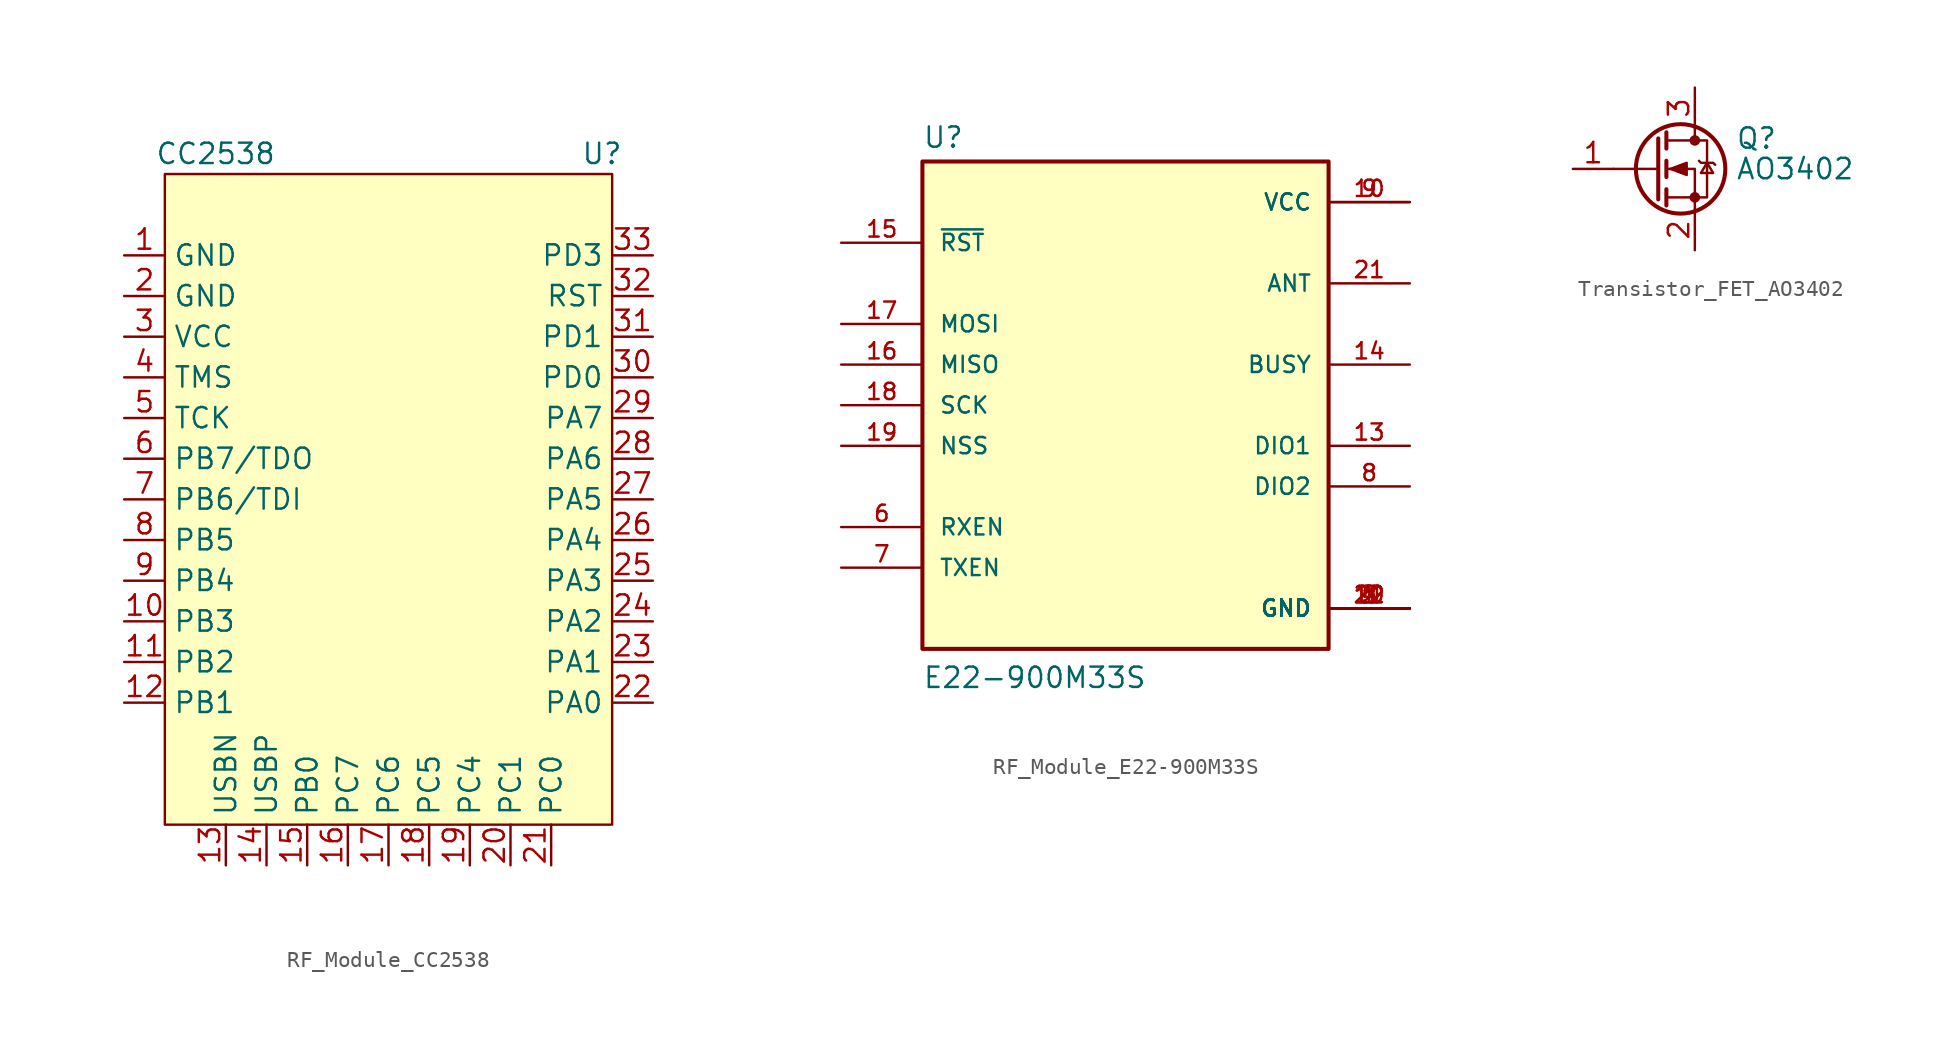
<source format=kicad_sym>
(kicad_symbol_lib
  (version 20241209)
  (generator "kicad_symbol_editor")
  (generator_version "9.0")
  (symbol "RF_Module_CC2538"
    (property "Reference" "U"
      (at 13.335 20.32 0)
      (effects (font (size 1.27 1.27))))
    (property "Value" "CC2538"
      (at -10.795 20.32 0)
      (effects (font (size 1.27 1.27))))
    (symbol "RF_Module_CC2538_0_0"
      (pin bidirectional line (at -16.51 6.35 0) (length 2.54) (name "TMS" (effects (font (size 1.27 1.27)))) (number "4" (effects (font (size 1.27 1.27)))))
      (pin bidirectional line (at -16.51 3.81 0) (length 2.54) (name "TCK" (effects (font (size 1.27 1.27)))) (number "5" (effects (font (size 1.27 1.27)))))
      (pin bidirectional line (at -16.51 1.27 0) (length 2.54) (name "PB7/TDO" (effects (font (size 1.27 1.27)))) (number "6" (effects (font (size 1.27 1.27)))))
      (pin bidirectional line (at -16.51 -1.27 0) (length 2.54) (name "PB6/TDI" (effects (font (size 1.27 1.27)))) (number "7" (effects (font (size 1.27 1.27)))))
      (pin bidirectional line (at -16.51 -3.81 0) (length 2.54) (name "PB5" (effects (font (size 1.27 1.27)))) (number "8" (effects (font (size 1.27 1.27)))))
      (pin bidirectional line (at -16.51 -6.35 0) (length 2.54) (name "PB4" (effects (font (size 1.27 1.27)))) (number "9" (effects (font (size 1.27 1.27)))))
      (pin bidirectional line (at -16.51 -8.89 0) (length 2.54) (name "PB3" (effects (font (size 1.27 1.27)))) (number "10" (effects (font (size 1.27 1.27)))))
      (pin bidirectional line (at -16.51 -11.43 0) (length 2.54) (name "PB2" (effects (font (size 1.27 1.27)))) (number "11" (effects (font (size 1.27 1.27)))))
      (pin bidirectional line (at -16.51 -13.97 0) (length 2.54) (name "PB1" (effects (font (size 1.27 1.27)))) (number "12" (effects (font (size 1.27 1.27)))))
      (pin bidirectional line (at -10.16 -24.13 90) (length 2.54) (name "USBN" (effects (font (size 1.27 1.27)))) (number "13" (effects (font (size 1.27 1.27)))))
      (pin bidirectional line (at -7.62 -24.13 90) (length 2.54) (name "USBP" (effects (font (size 1.27 1.27)))) (number "14" (effects (font (size 1.27 1.27)))))
      (pin bidirectional line (at -5.08 -24.13 90) (length 2.54) (name "PB0" (effects (font (size 1.27 1.27)))) (number "15" (effects (font (size 1.27 1.27)))))
      (pin bidirectional line (at -2.54 -24.13 90) (length 2.54) (name "PC7" (effects (font (size 1.27 1.27)))) (number "16" (effects (font (size 1.27 1.27)))))
      (pin bidirectional line (at 0 -24.13 90) (length 2.54) (name "PC6" (effects (font (size 1.27 1.27)))) (number "17" (effects (font (size 1.27 1.27)))))
      (pin bidirectional line (at 2.54 -24.13 90) (length 2.54) (name "PC5" (effects (font (size 1.27 1.27)))) (number "18" (effects (font (size 1.27 1.27)))))
      (pin bidirectional line (at 5.08 -24.13 90) (length 2.54) (name "PC4" (effects (font (size 1.27 1.27)))) (number "19" (effects (font (size 1.27 1.27)))))
      (pin bidirectional line (at 7.62 -24.13 90) (length 2.54) (name "PC1" (effects (font (size 1.27 1.27)))) (number "20" (effects (font (size 1.27 1.27)))))
      (pin bidirectional line (at 10.16 -24.13 90) (length 2.54) (name "PC0" (effects (font (size 1.27 1.27)))) (number "21" (effects (font (size 1.27 1.27)))))
      (pin bidirectional line (at 16.51 13.97 180) (length 2.54) (name "PD3" (effects (font (size 1.27 1.27)))) (number "33" (effects (font (size 1.27 1.27)))))
      (pin input line (at 16.51 11.43 180) (length 2.54) (name "RST" (effects (font (size 1.27 1.27)))) (number "32" (effects (font (size 1.27 1.27)))))
      (pin bidirectional line (at 16.51 8.89 180) (length 2.54) (name "PD1" (effects (font (size 1.27 1.27)))) (number "31" (effects (font (size 1.27 1.27)))))
      (pin bidirectional line (at 16.51 6.35 180) (length 2.54) (name "PD0" (effects (font (size 1.27 1.27)))) (number "30" (effects (font (size 1.27 1.27)))))
      (pin bidirectional line (at 16.51 3.81 180) (length 2.54) (name "PA7" (effects (font (size 1.27 1.27)))) (number "29" (effects (font (size 1.27 1.27)))))
      (pin bidirectional line (at 16.51 1.27 180) (length 2.54) (name "PA6" (effects (font (size 1.27 1.27)))) (number "28" (effects (font (size 1.27 1.27)))))
      (pin bidirectional line (at 16.51 -1.27 180) (length 2.54) (name "PA5" (effects (font (size 1.27 1.27)))) (number "27" (effects (font (size 1.27 1.27)))))
      (pin bidirectional line (at 16.51 -3.81 180) (length 2.54) (name "PA4" (effects (font (size 1.27 1.27)))) (number "26" (effects (font (size 1.27 1.27)))))
      (pin bidirectional line (at 16.51 -6.35 180) (length 2.54) (name "PA3" (effects (font (size 1.27 1.27)))) (number "25" (effects (font (size 1.27 1.27)))))
      (pin bidirectional line (at 16.51 -8.89 180) (length 2.54) (name "PA2" (effects (font (size 1.27 1.27)))) (number "24" (effects (font (size 1.27 1.27)))))
      (pin bidirectional line (at 16.51 -11.43 180) (length 2.54) (name "PA1" (effects (font (size 1.27 1.27)))) (number "23" (effects (font (size 1.27 1.27)))))
      (pin bidirectional line (at 16.51 -13.97 180) (length 2.54) (name "PA0" (effects (font (size 1.27 1.27)))) (number "22" (effects (font (size 1.27 1.27))))))
    (symbol "RF_Module_CC2538_1_0"
      (pin bidirectional line (at -16.51 13.97 0) (length 2.54) (name "GND" (effects (font (size 1.27 1.27)))) (number "1" (effects (font (size 1.27 1.27)))))
      (pin bidirectional line (at -16.51 11.43 0) (length 2.54) (name "GND" (effects (font (size 1.27 1.27)))) (number "2" (effects (font (size 1.27 1.27)))))
      (pin bidirectional line (at -16.51 8.89 0) (length 2.54) (name "VCC" (effects (font (size 1.27 1.27)))) (number "3" (effects (font (size 1.27 1.27))))))
    (symbol "RF_Module_CC2538_1_1"
      (rectangle (start -13.97 19.05) (end 13.97 -21.59) (stroke (width 0) (type default)) (fill (type background)))))
  (symbol "RF_Module_E22-900M33S"
    (pin_names
      (offset 1.016))
    (property "Reference" "U"
      (at -12.7 16.002 0)
      (effects (font (size 1.27 1.27)) (justify left bottom)))
    (property "Value" "E22-900M33S"
      (at -12.7 -17.78 0)
      (effects (font (size 1.27 1.27)) (justify left bottom)))
    (symbol "RF_Module_E22-900M33S_0_0"
      (rectangle (start -12.7 -15.24) (end 12.7 15.24) (stroke (width 0.254) (type default)) (fill (type background)))
      (pin input line (at -17.78 10.16 0) (length 5.08) (name "~{RST}" (effects (font (size 1.016 1.016)))) (number "15" (effects (font (size 1.016 1.016)))))
      (pin input line (at -17.78 5.08 0) (length 5.08) (name "MOSI" (effects (font (size 1.016 1.016)))) (number "17" (effects (font (size 1.016 1.016)))))
      (pin output line (at -17.78 2.54 0) (length 5.08) (name "MISO" (effects (font (size 1.016 1.016)))) (number "16" (effects (font (size 1.016 1.016)))))
      (pin input line (at -17.78 0 0) (length 5.08) (name "SCK" (effects (font (size 1.016 1.016)))) (number "18" (effects (font (size 1.016 1.016)))))
      (pin input line (at -17.78 -2.54 0) (length 5.08) (name "NSS" (effects (font (size 1.016 1.016)))) (number "19" (effects (font (size 1.016 1.016)))))
      (pin input line (at -17.78 -7.62 0) (length 5.08) (name "RXEN" (effects (font (size 1.016 1.016)))) (number "6" (effects (font (size 1.016 1.016)))))
      (pin input line (at -17.78 -10.16 0) (length 5.08) (name "TXEN" (effects (font (size 1.016 1.016)))) (number "7" (effects (font (size 1.016 1.016)))))
      (pin power_in line (at 17.78 12.7 180) (length 5.08) (name "VCC" (effects (font (size 1.016 1.016)))) (number "10" (effects (font (size 1.016 1.016)))))
      (pin power_in line (at 17.78 12.7 180) (length 5.08) (name "VCC" (effects (font (size 1.016 1.016)))) (number "9" (effects (font (size 1.016 1.016)))))
      (pin output line (at 17.78 7.62 180) (length 5.08) (name "ANT" (effects (font (size 1.016 1.016)))) (number "21" (effects (font (size 1.016 1.016)))))
      (pin output line (at 17.78 2.54 180) (length 5.08) (name "BUSY" (effects (font (size 1.016 1.016)))) (number "14" (effects (font (size 1.016 1.016)))))
      (pin bidirectional line (at 17.78 -2.54 180) (length 5.08) (name "DIO1" (effects (font (size 1.016 1.016)))) (number "13" (effects (font (size 1.016 1.016)))))
      (pin bidirectional line (at 17.78 -5.08 180) (length 5.08) (name "DIO2" (effects (font (size 1.016 1.016)))) (number "8" (effects (font (size 1.016 1.016)))))
      (pin power_in line (at 17.78 -12.7 180) (length 5.08) (name "GND" (effects (font (size 1.016 1.016)))) (number "1" (effects (font (size 1.016 1.016)))))
      (pin power_in line (at 17.78 -12.7 180) (length 5.08) (name "GND" (effects (font (size 1.016 1.016)))) (number "11" (effects (font (size 1.016 1.016)))))
      (pin power_in line (at 17.78 -12.7 180) (length 5.08) (name "GND" (effects (font (size 1.016 1.016)))) (number "12" (effects (font (size 1.016 1.016)))))
      (pin power_in line (at 17.78 -12.7 180) (length 5.08) (name "GND" (effects (font (size 1.016 1.016)))) (number "2" (effects (font (size 1.016 1.016)))))
      (pin power_in line (at 17.78 -12.7 180) (length 5.08) (name "GND" (effects (font (size 1.016 1.016)))) (number "20" (effects (font (size 1.016 1.016)))))
      (pin power_in line (at 17.78 -12.7 180) (length 5.08) (name "GND" (effects (font (size 1.016 1.016)))) (number "22" (effects (font (size 1.016 1.016)))))
      (pin power_in line (at 17.78 -12.7 180) (length 5.08) (name "GND" (effects (font (size 1.016 1.016)))) (number "3" (effects (font (size 1.016 1.016)))))
      (pin power_in line (at 17.78 -12.7 180) (length 5.08) (name "GND" (effects (font (size 1.016 1.016)))) (number "4" (effects (font (size 1.016 1.016)))))
      (pin power_in line (at 17.78 -12.7 180) (length 5.08) (name "GND" (effects (font (size 1.016 1.016)))) (number "5" (effects (font (size 1.016 1.016)))))))
  (symbol "Transistor_FET_AO3402"
    (pin_names
      (hide yes))
    (property "Reference" "Q"
      (at 5.08 1.905 0)
      (effects (font (size 1.27 1.27)) (justify left)))
    (property "Value" "AO3402"
      (at 5.08 0 0)
      (effects (font (size 1.27 1.27)) (justify left)))
    (symbol "Transistor_FET_AO3402_0_1"
      (polyline (pts (xy 0.254 1.905) (xy 0.254 -1.905)) (stroke (width 0.254) (type default)) (fill (type none)))
      (polyline (pts (xy 0.254 0) (xy -2.54 0)) (stroke (width 0) (type default)) (fill (type none)))
      (polyline (pts (xy 0.762 2.286) (xy 0.762 1.27)) (stroke (width 0.254) (type default)) (fill (type none)))
      (polyline (pts (xy 0.762 0.508) (xy 0.762 -0.508)) (stroke (width 0.254) (type default)) (fill (type none)))
      (polyline (pts (xy 0.762 -1.27) (xy 0.762 -2.286)) (stroke (width 0.254) (type default)) (fill (type none)))
      (polyline (pts (xy 0.762 -1.778) (xy 3.302 -1.778) (xy 3.302 1.778) (xy 0.762 1.778)) (stroke (width 0) (type default)) (fill (type none)))
      (polyline (pts (xy 1.016 0) (xy 2.032 0.381) (xy 2.032 -0.381) (xy 1.016 0)) (stroke (width 0) (type default)) (fill (type outline)))
      (circle (center 1.651 0) (radius 2.794) (stroke (width 0.254) (type default)) (fill (type none)))
      (polyline (pts (xy 2.54 2.54) (xy 2.54 1.778)) (stroke (width 0) (type default)) (fill (type none)))
      (circle (center 2.54 1.778) (radius 0.254) (stroke (width 0) (type default)) (fill (type outline)))
      (circle (center 2.54 -1.778) (radius 0.254) (stroke (width 0) (type default)) (fill (type outline)))
      (polyline (pts (xy 2.54 -2.54) (xy 2.54 0) (xy 0.762 0)) (stroke (width 0) (type default)) (fill (type none)))
      (polyline (pts (xy 2.794 0.508) (xy 2.921 0.381) (xy 3.683 0.381) (xy 3.81 0.254)) (stroke (width 0) (type default)) (fill (type none)))
      (polyline (pts (xy 3.302 0.381) (xy 2.921 -0.254) (xy 3.683 -0.254) (xy 3.302 0.381)) (stroke (width 0) (type default)) (fill (type none))))
    (symbol "Transistor_FET_AO3402_1_1"
      (pin input line (at -5.08 0 0) (length 2.54) (name "G" (effects (font (size 1.27 1.27)))) (number "1" (effects (font (size 1.27 1.27)))))
      (pin passive line (at 2.54 5.08 270) (length 2.54) (name "D" (effects (font (size 1.27 1.27)))) (number "3" (effects (font (size 1.27 1.27)))))
      (pin passive line (at 2.54 -5.08 90) (length 2.54) (name "S" (effects (font (size 1.27 1.27)))) (number "2" (effects (font (size 1.27 1.27))))))))
</source>
